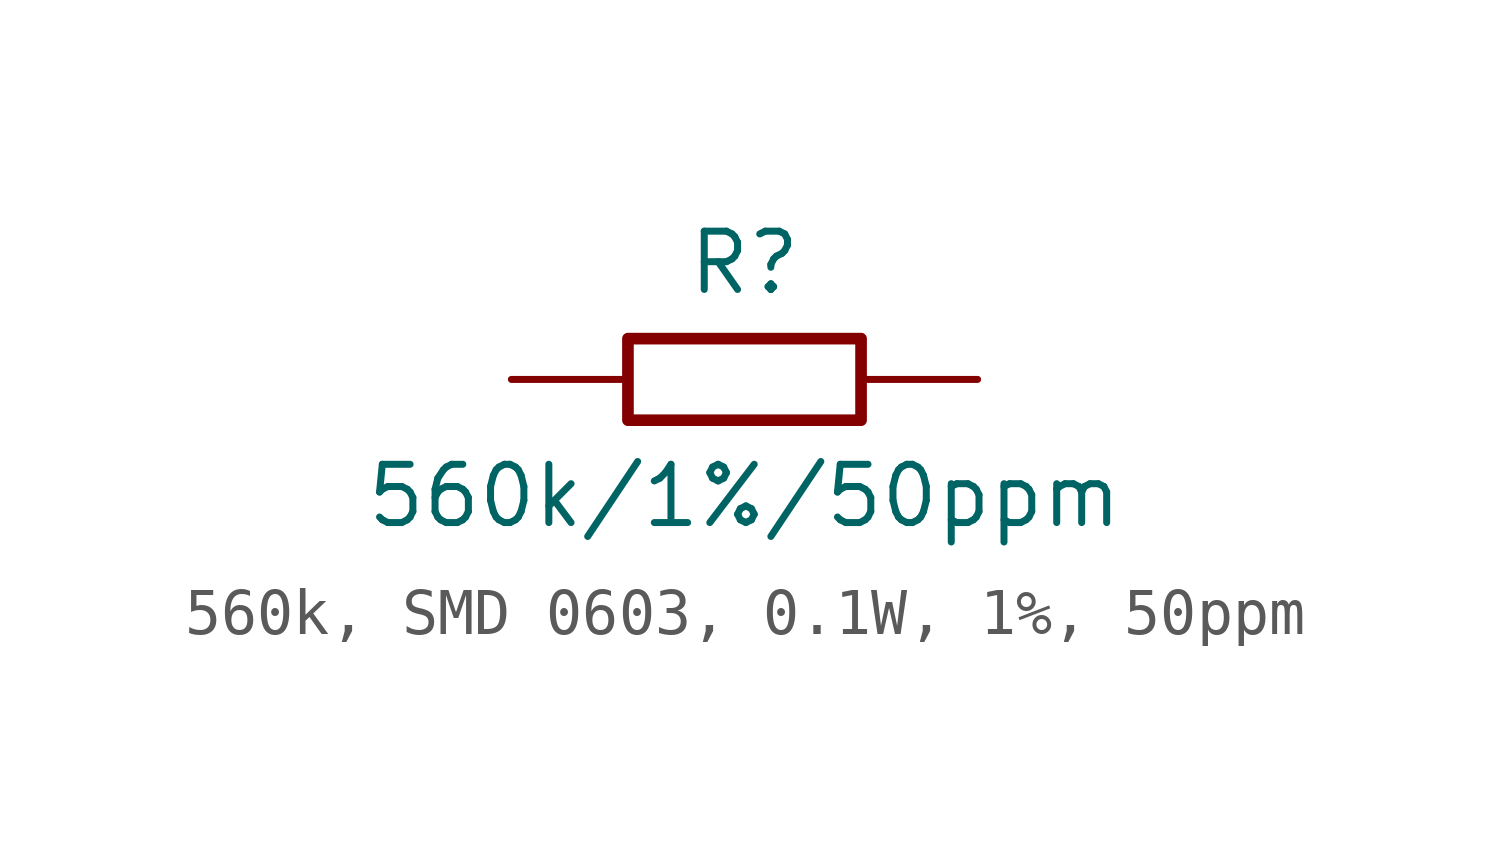
<source format=kicad_sym>
(kicad_symbol_lib
  (version 20241209)
  (generator "kicad_symbol_editor")
  (generator_version "9.0")
  (symbol "560k, SMD 0603, 0.1W, 1%, 50ppm"
    (pin_numbers
      (hide yes))
    (pin_names
      (offset 0)
      (hide yes))
    (property "Reference" "R"
      (at 0 2.54 0)
      (effects (font (size 1.27 1.27))))
    (property "Value" "560k/1%/50ppm"
      (at 0 -2.54 0)
      (effects (font (size 1.27 1.27))))
    (symbol "560k, SMD 0603, 0.1W, 1%, 50ppm_0_1"
      (rectangle (start -2.54 0.889) (end 2.54 -0.889) (stroke (width 0.254) (type default)) (fill (type none))))
    (symbol "560k, SMD 0603, 0.1W, 1%, 50ppm_1_1"
      (pin passive line (at -5.08 0 0) (length 2.54) (name "1" (effects (font (size 1.27 1.27)))) (number "1" (effects (font (size 1.27 1.27)))))
      (pin passive line (at 5.08 0 180) (length 2.54) (name "2" (effects (font (size 1.27 1.27)))) (number "2" (effects (font (size 1.27 1.27))))))))
</source>
